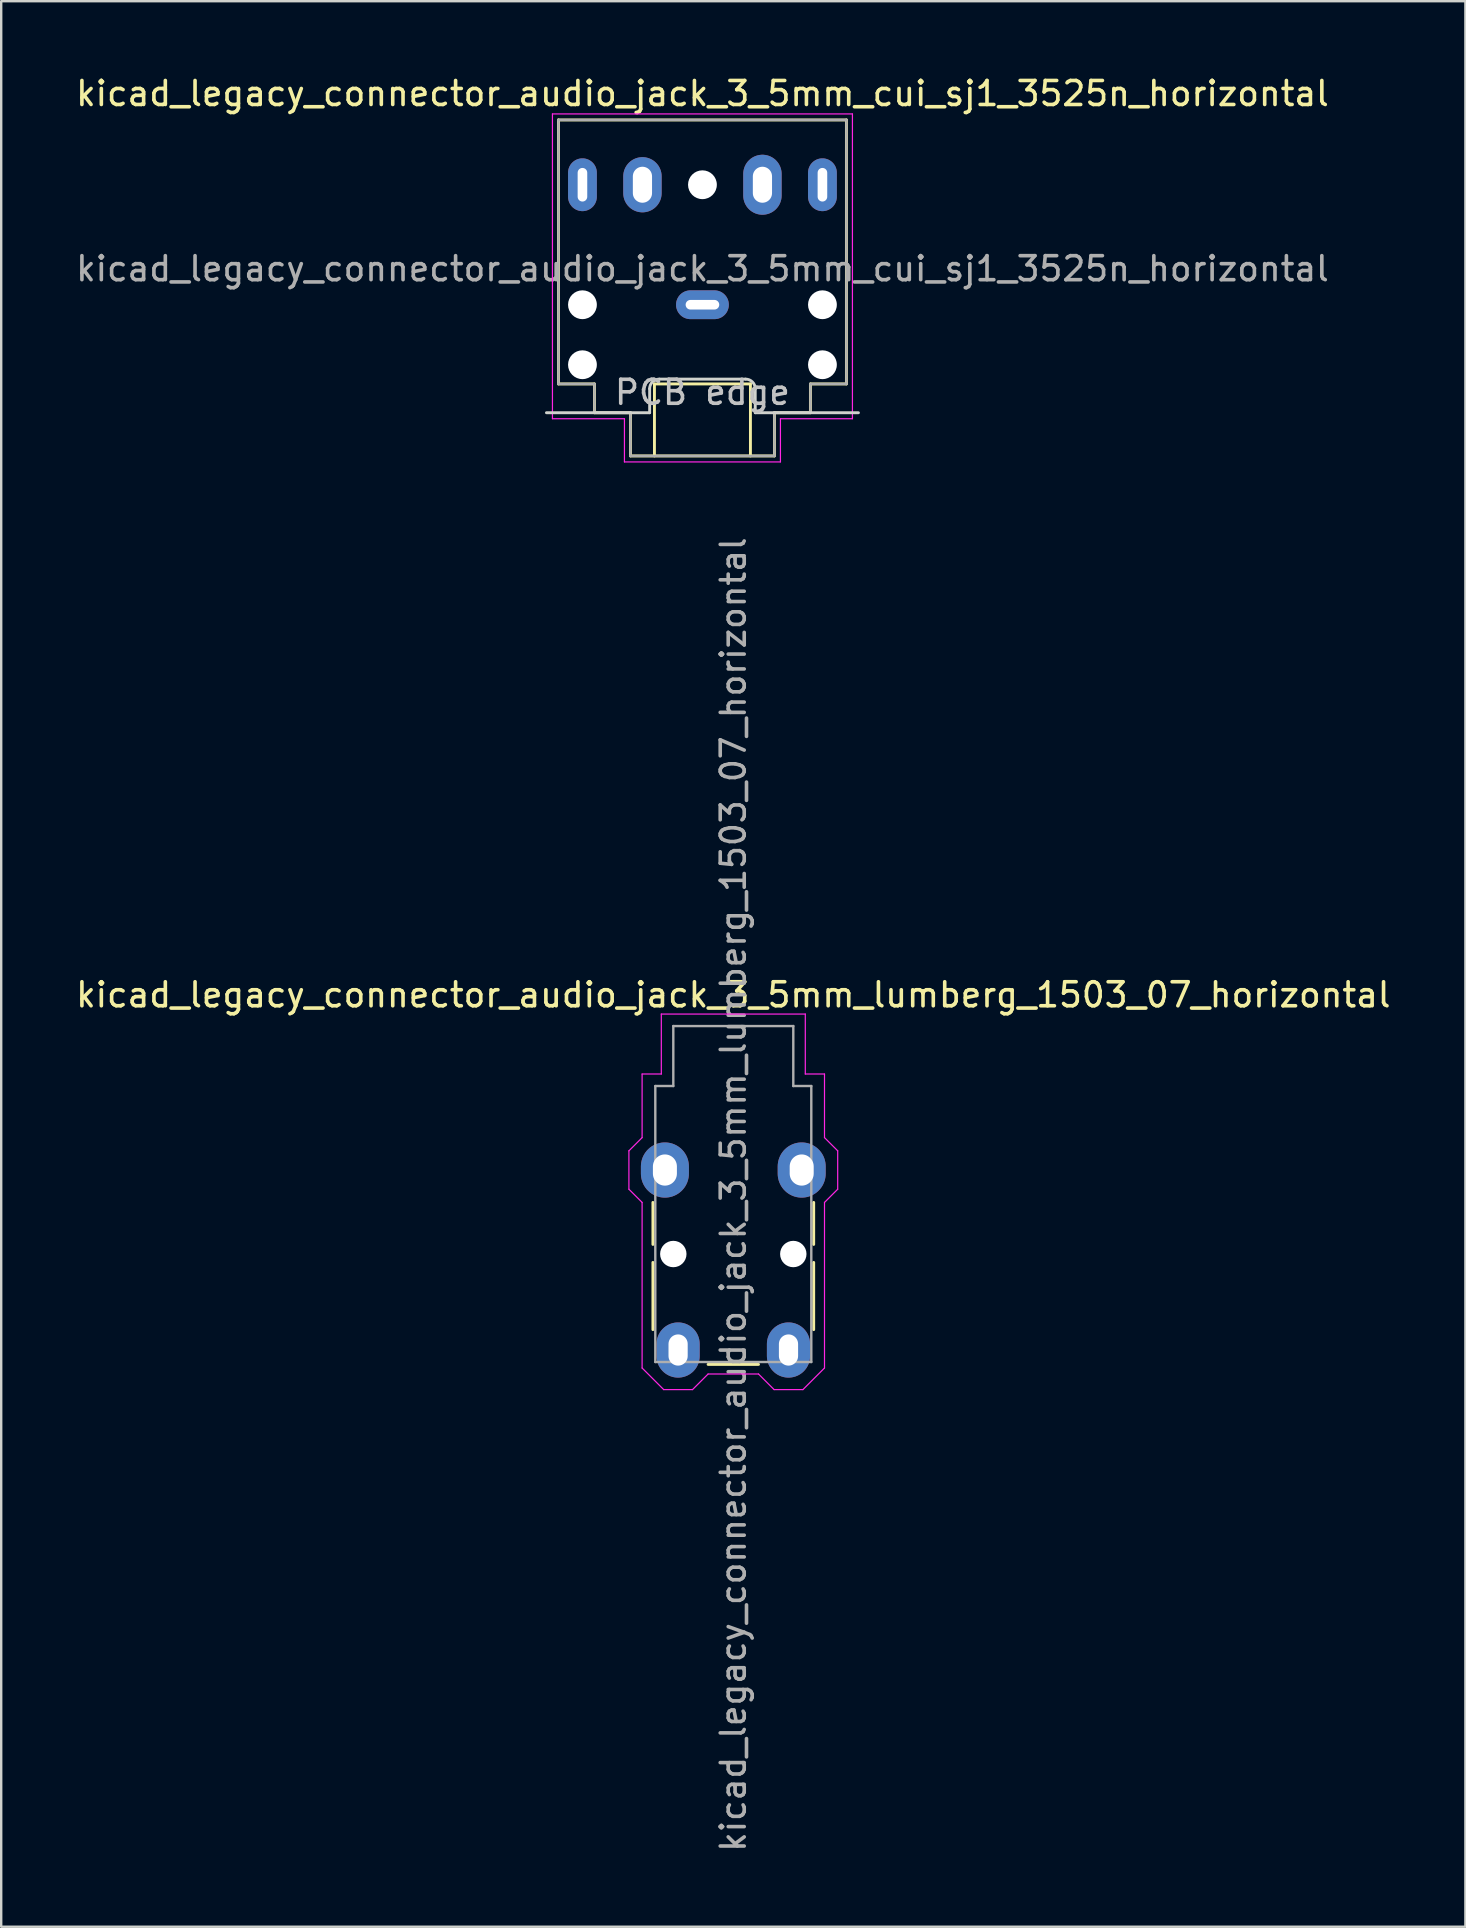
<source format=kicad_pcb>
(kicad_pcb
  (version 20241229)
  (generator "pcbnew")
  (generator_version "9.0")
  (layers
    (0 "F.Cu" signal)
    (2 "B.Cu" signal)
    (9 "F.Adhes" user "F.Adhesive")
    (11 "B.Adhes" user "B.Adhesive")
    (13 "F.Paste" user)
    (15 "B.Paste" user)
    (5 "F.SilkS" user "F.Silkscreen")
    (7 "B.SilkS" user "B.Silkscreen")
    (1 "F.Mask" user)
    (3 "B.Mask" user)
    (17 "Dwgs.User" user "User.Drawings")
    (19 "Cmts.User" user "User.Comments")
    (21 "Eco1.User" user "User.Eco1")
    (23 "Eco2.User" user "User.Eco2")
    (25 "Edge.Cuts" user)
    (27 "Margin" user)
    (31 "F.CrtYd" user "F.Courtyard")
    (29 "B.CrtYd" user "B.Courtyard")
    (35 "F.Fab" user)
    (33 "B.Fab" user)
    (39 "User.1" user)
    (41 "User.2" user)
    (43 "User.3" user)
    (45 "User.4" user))
  (footprint "kicad_legacy_connector_audio_jack_3_5mm_cui_sj1_3525n_horizontal"
    (layer "F.Cu")
    (at 26.22 9.648)
    (property "Reference" "kicad_legacy_connector_audio_jack_3_5mm_cui_sj1_3525n_horizontal" (at 0 -8.8 0) (layer "F.SilkS") (effects (font (size 1 1) (thickness 0.15))))
    (attr through_hole exclude_from_pos_files exclude_from_bom)
    (fp_line (start -6 -7.7) (end 6 -7.7) (stroke (width 0.12) (type solid)) (layer "F.SilkS"))
    (fp_line (start -6 3.3) (end -6 -7.7) (stroke (width 0.12) (type solid)) (layer "F.SilkS"))
    (fp_line (start -4.5 3.3) (end -6 3.3) (stroke (width 0.12) (type solid)) (layer "F.SilkS"))
    (fp_line (start -4.5 4.5) (end -4.5 3.3) (stroke (width 0.12) (type solid)) (layer "F.SilkS"))
    (fp_line (start -3 4.5) (end -4.5 4.5) (stroke (width 0.12) (type solid)) (layer "F.SilkS"))
    (fp_line (start -3 6.3) (end -3 4.5) (stroke (width 0.12) (type solid)) (layer "F.SilkS"))
    (fp_line (start -2 3.3) (end -2 6.3) (stroke (width 0.12) (type solid)) (layer "F.SilkS"))
    (fp_line (start 2 3.3) (end -2 3.3) (stroke (width 0.12) (type solid)) (layer "F.SilkS"))
    (fp_line (start 2 6.3) (end 2 3.3) (stroke (width 0.12) (type solid)) (layer "F.SilkS"))
    (fp_line (start 3 4.5) (end 3 6.3) (stroke (width 0.12) (type solid)) (layer "F.SilkS"))
    (fp_line (start 3 6.3) (end -3 6.3) (stroke (width 0.12) (type solid)) (layer "F.SilkS"))
    (fp_line (start 4.5 3.3) (end 4.5 4.5) (stroke (width 0.12) (type solid)) (layer "F.SilkS"))
    (fp_line (start 4.5 4.5) (end 3 4.5) (stroke (width 0.12) (type solid)) (layer "F.SilkS"))
    (fp_line (start 6 -7.7) (end 6 3.3) (stroke (width 0.12) (type solid)) (layer "F.SilkS"))
    (fp_line (start 6 3.3) (end 4.5 3.3) (stroke (width 0.12) (type solid)) (layer "F.SilkS"))
    (fp_line (start -2.2 3.5) (end -2.2 4.5) (stroke (width 0.12) (type solid)) (layer "Edge.Cuts"))
    (fp_line (start -2.2 4.5) (end -6.5 4.5) (stroke (width 0.12) (type solid)) (layer "Edge.Cuts"))
    (fp_line (start 1.8 3.1) (end -1.8 3.1) (stroke (width 0.12) (type solid)) (layer "Edge.Cuts"))
    (fp_line (start 2.2 3.5) (end 2.2 4.5) (stroke (width 0.12) (type solid)) (layer "Edge.Cuts"))
    (fp_line (start 2.2 4.5) (end 6.5 4.5) (stroke (width 0.12) (type solid)) (layer "Edge.Cuts"))
    (fp_arc (start -2.2 3.5) (mid -2.082842 3.217158) (end -1.8 3.1) (stroke (width 0.12) (type solid)) (layer "Edge.Cuts"))
    (fp_arc (start 1.8 3.1) (mid 2.082843 3.217157) (end 2.2 3.5) (stroke (width 0.12) (type solid)) (layer "Edge.Cuts"))
    (fp_line (start -6.25 -7.95) (end -6.25 4.75) (stroke (width 0.05) (type solid)) (layer "F.CrtYd"))
    (fp_line (start -6.25 4.75) (end -3.25 4.75) (stroke (width 0.05) (type solid)) (layer "F.CrtYd"))
    (fp_line (start -3.25 4.75) (end -3.25 6.55) (stroke (width 0.05) (type solid)) (layer "F.CrtYd"))
    (fp_line (start -3.25 6.55) (end 3.25 6.55) (stroke (width 0.05) (type solid)) (layer "F.CrtYd"))
    (fp_line (start 3.25 4.75) (end 6.25 4.75) (stroke (width 0.05) (type solid)) (layer "F.CrtYd"))
    (fp_line (start 3.25 6.55) (end 3.25 4.75) (stroke (width 0.05) (type solid)) (layer "F.CrtYd"))
    (fp_line (start 6.25 -7.95) (end -6.25 -7.95) (stroke (width 0.05) (type solid)) (layer "F.CrtYd"))
    (fp_line (start 6.25 4.5) (end 6.25 -7.95) (stroke (width 0.05) (type solid)) (layer "F.CrtYd"))
    (fp_line (start 6.25 4.75) (end 6.25 4.5) (stroke (width 0.05) (type solid)) (layer "F.CrtYd"))
    (fp_line (start -6 -7.7) (end 6 -7.7) (stroke (width 0.1) (type solid)) (layer "F.Fab"))
    (fp_line (start -6 3.3) (end -6 -7.7) (stroke (width 0.1) (type solid)) (layer "F.Fab"))
    (fp_line (start -4.5 3.3) (end -6 3.3) (stroke (width 0.1) (type solid)) (layer "F.Fab"))
    (fp_line (start -4.5 4.5) (end -4.5 3.3) (stroke (width 0.1) (type solid)) (layer "F.Fab"))
    (fp_line (start -4.5 4.5) (end -3 4.5) (stroke (width 0.1) (type solid)) (layer "F.Fab"))
    (fp_line (start -3 4.5) (end -3 6.3) (stroke (width 0.1) (type solid)) (layer "F.Fab"))
    (fp_line (start -3 6.3) (end 3 6.3) (stroke (width 0.1) (type solid)) (layer "F.Fab"))
    (fp_line (start 3 4.5) (end 3 6.3) (stroke (width 0.1) (type solid)) (layer "F.Fab"))
    (fp_line (start 4.5 3.3) (end 6 3.3) (stroke (width 0.1) (type solid)) (layer "F.Fab"))
    (fp_line (start 4.5 4.5) (end 3 4.5) (stroke (width 0.1) (type solid)) (layer "F.Fab"))
    (fp_line (start 4.5 4.5) (end 4.5 3.3) (stroke (width 0.1) (type solid)) (layer "F.Fab"))
    (fp_line (start 6 3.3) (end 6 -7.7) (stroke (width 0.1) (type solid)) (layer "F.Fab"))
    (fp_text user "PCB edge" (at 0 3.65 0) (unlocked yes) (layer "Dwgs.User") (effects (font (size 1 1) (thickness 0.15))))
    (fp_text user "${REFERENCE}" (at 0 -1.5 0) (layer "F.Fab") (effects (font (size 1 1) (thickness 0.15))))
    (pad "" np_thru_hole circle (at -5 0) (size 1.2 1.2) (drill 1.2) (layers "*.Cu"))
    (pad "" np_thru_hole circle (at -5 2.5) (size 1.2 1.2) (drill 1.2) (layers "*.Cu"))
    (pad "" np_thru_hole circle (at 0 -5) (size 1.2 1.2) (drill 1.2) (layers "*.Cu"))
    (pad "" np_thru_hole circle (at 5 0) (size 1.2 1.2) (drill 1.2) (layers "*.Cu"))
    (pad "" np_thru_hole circle (at 5 2.5) (size 1.2 1.2) (drill 1.2) (layers "*.Cu"))
    (pad "R" thru_hole oval (at -5 -5) (size 1.2 2.2) (drill oval 0.4 1.4) (layers "*.Cu" "*.Mask"))
    (pad "RN" thru_hole oval (at -2.5 -5) (size 1.6 2.3) (drill oval 0.8 1.5) (layers "*.Cu" "*.Mask"))
    (pad "S" thru_hole oval (at 0 0) (size 2.2 1.2) (drill oval 1.4 0.4) (layers "*.Cu" "*.Mask"))
    (pad "T" thru_hole oval (at 5 -5 180) (size 1.2 2.2) (drill oval 0.4 1.4) (layers "*.Cu" "*.Mask"))
    (pad "TN" thru_hole oval (at 2.5 -5 180) (size 1.6 2.5) (drill oval 0.8 1.5) (layers "*.Cu" "*.Mask")))
  (footprint "kicad_legacy_connector_audio_jack_3_5mm_lumberg_1503_07_horizontal"
    (layer "F.Cu")
    (at 24.656 45.704)
    (property "Reference" "kicad_legacy_connector_audio_jack_3_5mm_lumberg_1503_07_horizontal" (at 2.85 -7.3 0) (unlocked yes) (layer "F.SilkS") (effects (font (size 1 1) (thickness 0.15))))
    (attr through_hole)
    (fp_line (start -0.5 1.35) (end -0.5 3.1) (stroke (width 0.12) (type solid)) (layer "F.SilkS"))
    (fp_line (start -0.5 3.85) (end -0.5 6.65) (stroke (width 0.12) (type solid)) (layer "F.SilkS"))
    (fp_line (start 1.8 8.1) (end 3.9 8.1) (stroke (width 0.12) (type solid)) (layer "F.SilkS"))
    (fp_line (start 6.2 1.35) (end 6.2 3.1) (stroke (width 0.12) (type solid)) (layer "F.SilkS"))
    (fp_line (start 6.2 3.85) (end 6.2 6.65) (stroke (width 0.12) (type solid)) (layer "F.SilkS"))
    (fp_line (start -1.5 -0.8) (end -1.5 0.8) (stroke (width 0.05) (type solid)) (layer "F.CrtYd"))
    (fp_line (start -1.5 0.8) (end -0.95 1.35) (stroke (width 0.05) (type default)) (layer "F.CrtYd"))
    (fp_line (start -0.95 -1.35) (end -1.5 -0.8) (stroke (width 0.05) (type default)) (layer "F.CrtYd"))
    (fp_line (start -0.95 -1.35) (end -0.95 -4) (stroke (width 0.05) (type default)) (layer "F.CrtYd"))
    (fp_line (start -0.95 1.35) (end -0.95 8.25) (stroke (width 0.05) (type default)) (layer "F.CrtYd"))
    (fp_line (start -0.95 8.25) (end -0.05 9.15) (stroke (width 0.05) (type default)) (layer "F.CrtYd"))
    (fp_line (start -0.15 -6.5) (end -0.15 -4) (stroke (width 0.05) (type default)) (layer "F.CrtYd"))
    (fp_line (start -0.15 -6.5) (end 5.85 -6.5) (stroke (width 0.05) (type solid)) (layer "F.CrtYd"))
    (fp_line (start -0.15 -4) (end -0.95 -4) (stroke (width 0.05) (type default)) (layer "F.CrtYd"))
    (fp_line (start -0.05 9.15) (end 1.15 9.15) (stroke (width 0.05) (type solid)) (layer "F.CrtYd"))
    (fp_line (start 1.15 9.15) (end 1.8 8.5) (stroke (width 0.05) (type default)) (layer "F.CrtYd"))
    (fp_line (start 1.8 8.5) (end 3.9 8.5) (stroke (width 0.05) (type default)) (layer "F.CrtYd"))
    (fp_line (start 3.9 8.5) (end 4.55 9.15) (stroke (width 0.05) (type default)) (layer "F.CrtYd"))
    (fp_line (start 4.55 9.15) (end 5.75 9.15) (stroke (width 0.05) (type solid)) (layer "F.CrtYd"))
    (fp_line (start 5.85 -6.5) (end 5.85 -4) (stroke (width 0.05) (type default)) (layer "F.CrtYd"))
    (fp_line (start 5.85 -4) (end 6.65 -4) (stroke (width 0.05) (type default)) (layer "F.CrtYd"))
    (fp_line (start 6.65 -1.35) (end 6.65 -4) (stroke (width 0.05) (type default)) (layer "F.CrtYd"))
    (fp_line (start 6.65 1.35) (end 6.65 8.25) (stroke (width 0.05) (type default)) (layer "F.CrtYd"))
    (fp_line (start 6.65 8.25) (end 5.75 9.15) (stroke (width 0.05) (type default)) (layer "F.CrtYd"))
    (fp_line (start 7.2 -0.8) (end 6.65 -1.35) (stroke (width 0.05) (type default)) (layer "F.CrtYd"))
    (fp_line (start 7.2 -0.8) (end 7.2 0.8) (stroke (width 0.05) (type solid)) (layer "F.CrtYd"))
    (fp_line (start 7.2 0.8) (end 6.65 1.35) (stroke (width 0.05) (type default)) (layer "F.CrtYd"))
    (fp_line (start -0.4 -3.5) (end 0.35 -3.5) (stroke (width 0.1) (type solid)) (layer "F.Fab"))
    (fp_line (start -0.4 8) (end -0.4 -3.5) (stroke (width 0.1) (type solid)) (layer "F.Fab"))
    (fp_line (start -0.4 8) (end 6.1 8) (stroke (width 0.1) (type solid)) (layer "F.Fab"))
    (fp_line (start 0.35 -6) (end 0.35 -3.5) (stroke (width 0.1) (type solid)) (layer "F.Fab"))
    (fp_line (start 0.35 -6) (end 5.35 -6) (stroke (width 0.1) (type solid)) (layer "F.Fab"))
    (fp_line (start 5.35 -3.5) (end 5.35 -6) (stroke (width 0.1) (type solid)) (layer "F.Fab"))
    (fp_line (start 5.35 -3.5) (end 6.1 -3.5) (stroke (width 0.1) (type solid)) (layer "F.Fab"))
    (fp_line (start 6.1 -3.5) (end 6.1 8) (stroke (width 0.1) (type solid)) (layer "F.Fab"))
    (fp_text user "${REFERENCE}" (at 2.85 1.025 90) (unlocked yes) (layer "F.Fab") (effects (font (size 1 1) (thickness 0.15))))
    (pad "" np_thru_hole circle (at 0.35 3.5) (size 1.1 1.1) (drill 1.1) (layers "*.Cu" "*.Mask"))
    (pad "" np_thru_hole circle (at 5.35 3.5) (size 1.1 1.1) (drill 1.1) (layers "*.Cu" "*.Mask"))
    (pad "R" thru_hole oval (at 5.15 7.5) (size 1.8 2.3) (drill oval 0.8 1.3) (layers "*.Cu" "*.Mask"))
    (pad "S" thru_hole oval (at 0.55 7.5) (size 1.8 2.3) (drill oval 0.8 1.3) (layers "*.Cu" "*.Mask"))
    (pad "T" thru_hole oval (at 0 0) (size 2 2.3) (drill oval 1 1.3) (layers "*.Cu" "*.Mask"))
    (pad "T" thru_hole oval (at 5.7 0) (size 2 2.3) (drill oval 1 1.3) (layers "*.Cu" "*.Mask")))
  (gr_rect
    (start -3 -3)
    (end 58.012 77.235)
    (stroke (width 0.1) (type default))
    (fill no)
    (layer "Edge.Cuts")))
</source>
